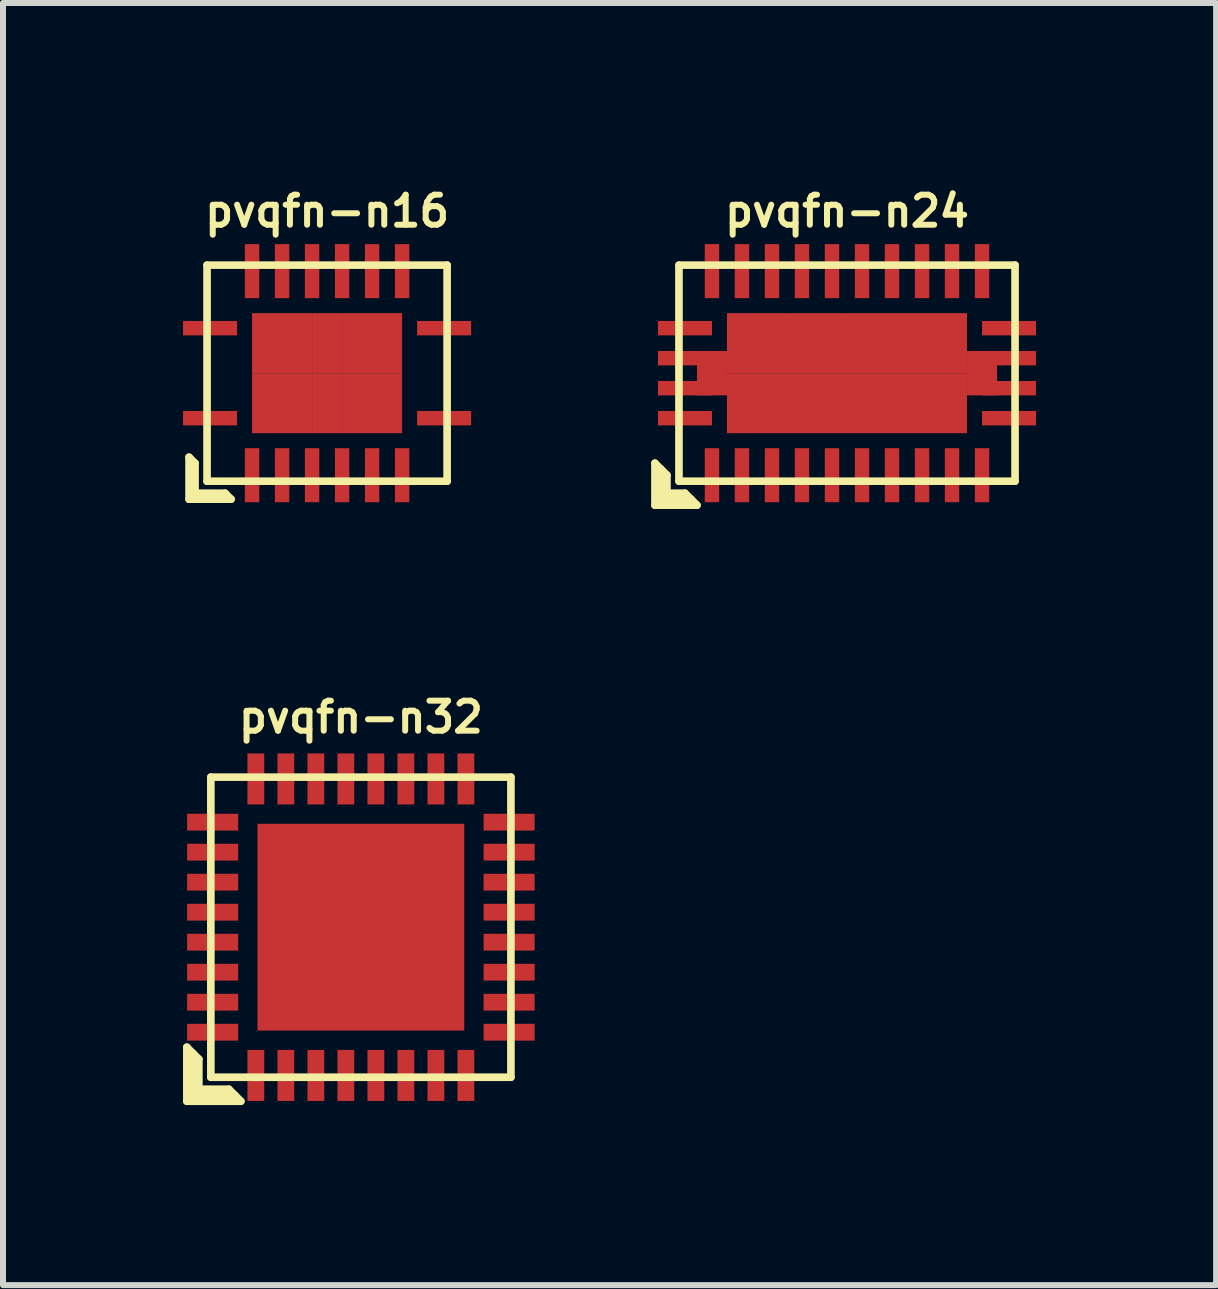
<source format=kicad_pcb>
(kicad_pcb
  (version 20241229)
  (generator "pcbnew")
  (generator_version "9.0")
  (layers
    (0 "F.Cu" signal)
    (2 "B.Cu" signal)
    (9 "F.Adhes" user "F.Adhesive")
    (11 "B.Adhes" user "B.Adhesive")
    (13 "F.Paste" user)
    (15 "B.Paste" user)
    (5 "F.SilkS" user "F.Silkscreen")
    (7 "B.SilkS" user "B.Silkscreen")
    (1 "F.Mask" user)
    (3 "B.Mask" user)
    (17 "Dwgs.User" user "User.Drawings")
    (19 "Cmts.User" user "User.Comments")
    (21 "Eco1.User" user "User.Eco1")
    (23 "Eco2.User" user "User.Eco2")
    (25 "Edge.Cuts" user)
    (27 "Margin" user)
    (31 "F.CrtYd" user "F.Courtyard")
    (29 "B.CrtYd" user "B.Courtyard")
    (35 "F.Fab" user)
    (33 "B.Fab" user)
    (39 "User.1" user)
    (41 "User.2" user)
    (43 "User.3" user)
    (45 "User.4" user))
  (footprint "pvqfn-n32"
    (layer "F.Cu")
    (at 2.963 12.399)
    (property "Reference" "pvqfn-n32" (at 0 -3.5 0) (layer "F.SilkS") (effects (font (size 0.5 0.5) (thickness 0.1))))
    (attr through_hole)
    (fp_line (start -2.9 2) (end -2.9 2.9) (stroke (width 0.127) (type solid)) (layer "F.SilkS"))
    (fp_line (start -2.9 2.9) (end -2 2.9) (stroke (width 0.127) (type solid)) (layer "F.SilkS"))
    (fp_line (start -2.8 2.8) (end -2.8 2.1) (stroke (width 0.127) (type solid)) (layer "F.SilkS"))
    (fp_line (start -2.7 2.2) (end -2.9 2) (stroke (width 0.127) (type solid)) (layer "F.SilkS"))
    (fp_line (start -2.7 2.7) (end -2.7 2.2) (stroke (width 0.127) (type solid)) (layer "F.SilkS"))
    (fp_line (start -2.5 -2.5) (end 2.5 -2.5) (stroke (width 0.127) (type solid)) (layer "F.SilkS"))
    (fp_line (start -2.5 2.5) (end -2.5 -2.5) (stroke (width 0.127) (type solid)) (layer "F.SilkS"))
    (fp_line (start -2.2 2.7) (end -2.7 2.7) (stroke (width 0.127) (type solid)) (layer "F.SilkS"))
    (fp_line (start -2.1 2.8) (end -2.8 2.8) (stroke (width 0.127) (type solid)) (layer "F.SilkS"))
    (fp_line (start -2 2.9) (end -2.2 2.7) (stroke (width 0.127) (type solid)) (layer "F.SilkS"))
    (fp_line (start 2.5 -2.5) (end 2.5 2.5) (stroke (width 0.127) (type solid)) (layer "F.SilkS"))
    (fp_line (start 2.5 2.5) (end -2.5 2.5) (stroke (width 0.127) (type solid)) (layer "F.SilkS"))
    (pad "1" smd rect (at -1.75 2.47) (size 0.28 0.85) (layers "F.Cu" "F.Mask" "F.Paste"))
    (pad "2" smd rect (at -1.25 2.47) (size 0.28 0.85) (layers "F.Cu" "F.Mask" "F.Paste"))
    (pad "3" smd rect (at -0.75 2.47) (size 0.28 0.85) (layers "F.Cu" "F.Mask" "F.Paste"))
    (pad "4" smd rect (at -0.25 2.47) (size 0.28 0.85) (layers "F.Cu" "F.Mask" "F.Paste"))
    (pad "5" smd rect (at 0.25 2.47) (size 0.28 0.85) (layers "F.Cu" "F.Mask" "F.Paste"))
    (pad "6" smd rect (at 0.75 2.47) (size 0.28 0.85) (layers "F.Cu" "F.Mask" "F.Paste"))
    (pad "7" smd rect (at 1.25 2.47) (size 0.28 0.85) (layers "F.Cu" "F.Mask" "F.Paste"))
    (pad "8" smd rect (at 1.75 2.47) (size 0.28 0.85) (layers "F.Cu" "F.Mask" "F.Paste"))
    (pad "9" smd rect (at 2.47 1.75) (size 0.85 0.28) (layers "F.Cu" "F.Mask" "F.Paste"))
    (pad "10" smd rect (at 2.47 1.25) (size 0.85 0.28) (layers "F.Cu" "F.Mask" "F.Paste"))
    (pad "11" smd rect (at 2.47 0.75) (size 0.85 0.28) (layers "F.Cu" "F.Mask" "F.Paste"))
    (pad "12" smd rect (at 2.47 0.25) (size 0.85 0.28) (layers "F.Cu" "F.Mask" "F.Paste"))
    (pad "13" smd rect (at 2.47 -0.25) (size 0.85 0.28) (layers "F.Cu" "F.Mask" "F.Paste"))
    (pad "14" smd rect (at 2.47 -0.75) (size 0.85 0.28) (layers "F.Cu" "F.Mask" "F.Paste"))
    (pad "15" smd rect (at 2.47 -1.25) (size 0.85 0.28) (layers "F.Cu" "F.Mask" "F.Paste"))
    (pad "16" smd rect (at 2.47 -1.75) (size 0.85 0.28) (layers "F.Cu" "F.Mask" "F.Paste"))
    (pad "17" smd rect (at 1.75 -2.47) (size 0.28 0.85) (layers "F.Cu" "F.Mask" "F.Paste"))
    (pad "18" smd rect (at 1.25 -2.47) (size 0.28 0.85) (layers "F.Cu" "F.Mask" "F.Paste"))
    (pad "19" smd rect (at 0.75 -2.47) (size 0.28 0.85) (layers "F.Cu" "F.Mask" "F.Paste"))
    (pad "20" smd rect (at 0.25 -2.47) (size 0.28 0.85) (layers "F.Cu" "F.Mask" "F.Paste"))
    (pad "21" smd rect (at -0.25 -2.47) (size 0.28 0.85) (layers "F.Cu" "F.Mask" "F.Paste"))
    (pad "22" smd rect (at -0.75 -2.47) (size 0.28 0.85) (layers "F.Cu" "F.Mask" "F.Paste"))
    (pad "23" smd rect (at -1.25 -2.47) (size 0.28 0.85) (layers "F.Cu" "F.Mask" "F.Paste"))
    (pad "24" smd rect (at -1.75 -2.47) (size 0.28 0.85) (layers "F.Cu" "F.Mask" "F.Paste"))
    (pad "25" smd rect (at -2.47 -1.75) (size 0.85 0.28) (layers "F.Cu" "F.Mask" "F.Paste"))
    (pad "26" smd rect (at -2.47 -1.25) (size 0.85 0.28) (layers "F.Cu" "F.Mask" "F.Paste"))
    (pad "27" smd rect (at -2.47 -0.75) (size 0.85 0.28) (layers "F.Cu" "F.Mask" "F.Paste"))
    (pad "28" smd rect (at -2.47 -0.25) (size 0.85 0.28) (layers "F.Cu" "F.Mask" "F.Paste"))
    (pad "29" smd rect (at -2.47 0.25) (size 0.85 0.28) (layers "F.Cu" "F.Mask" "F.Paste"))
    (pad "30" smd rect (at -2.47 0.75) (size 0.85 0.28) (layers "F.Cu" "F.Mask" "F.Paste"))
    (pad "31" smd rect (at -2.47 1.25) (size 0.85 0.28) (layers "F.Cu" "F.Mask" "F.Paste"))
    (pad "32" smd rect (at -2.47 1.75) (size 0.85 0.28) (layers "F.Cu" "F.Mask" "F.Paste"))
    (pad "33" smd rect (at -0.86 -0.86) (size 1.725 1.725) (layers "F.Cu" "F.Mask" "F.Paste"))
    (pad "33" smd rect (at -0.86 0.86) (size 1.725 1.725) (layers "F.Cu" "F.Mask" "F.Paste"))
    (pad "33" smd rect (at 0.86 -0.86) (size 1.725 1.725) (layers "F.Cu" "F.Mask" "F.Paste"))
    (pad "33" smd rect (at 0.86 0.86) (size 1.725 1.725) (layers "F.Cu" "F.Mask" "F.Paste")))
  (footprint "pvqfn-n16"
    (layer "F.Cu")
    (at 2.4 3.168)
    (property "Reference" "pvqfn-n16" (at 0 -2.7 0) (layer "F.SilkS") (effects (font (size 0.5 0.5) (thickness 0.1))))
    (attr through_hole)
    (fp_line (start -2.3 1.4) (end -2.3 2.1) (stroke (width 0.127) (type solid)) (layer "F.SilkS"))
    (fp_line (start -2.3 2.1) (end -1.6 2.1) (stroke (width 0.127) (type solid)) (layer "F.SilkS"))
    (fp_line (start -2.2 1.5) (end -2.3 1.4) (stroke (width 0.127) (type solid)) (layer "F.SilkS"))
    (fp_line (start -2.2 2) (end -2.2 1.5) (stroke (width 0.127) (type solid)) (layer "F.SilkS"))
    (fp_line (start -2 -1.8) (end 2 -1.8) (stroke (width 0.127) (type solid)) (layer "F.SilkS"))
    (fp_line (start -2 1.8) (end -2 -1.8) (stroke (width 0.127) (type solid)) (layer "F.SilkS"))
    (fp_line (start -1.7 2) (end -2.2 2) (stroke (width 0.127) (type solid)) (layer "F.SilkS"))
    (fp_line (start -1.6 2.1) (end -1.7 2) (stroke (width 0.127) (type solid)) (layer "F.SilkS"))
    (fp_line (start 2 -1.8) (end 2 1.8) (stroke (width 0.127) (type solid)) (layer "F.SilkS"))
    (fp_line (start 2 1.8) (end -2 1.8) (stroke (width 0.127) (type solid)) (layer "F.SilkS"))
    (pad "1" smd rect (at -1.95 0.75) (size 0.9 0.24) (layers "F.Cu" "F.Mask" "F.Paste"))
    (pad "2" smd rect (at -1.25 1.7) (size 0.24 0.9) (layers "F.Cu" "F.Mask" "F.Paste"))
    (pad "3" smd rect (at -0.75 1.7) (size 0.24 0.9) (layers "F.Cu" "F.Mask" "F.Paste"))
    (pad "4" smd rect (at -0.25 1.7) (size 0.24 0.9) (layers "F.Cu" "F.Mask" "F.Paste"))
    (pad "5" smd rect (at 0.25 1.7) (size 0.24 0.9) (layers "F.Cu" "F.Mask" "F.Paste"))
    (pad "6" smd rect (at 0.75 1.7) (size 0.24 0.9) (layers "F.Cu" "F.Mask" "F.Paste"))
    (pad "7" smd rect (at 1.25 1.7) (size 0.24 0.9) (layers "F.Cu" "F.Mask" "F.Paste"))
    (pad "8" smd rect (at 1.95 0.75) (size 0.9 0.24) (layers "F.Cu" "F.Mask" "F.Paste"))
    (pad "9" smd rect (at 1.95 -0.75) (size 0.9 0.24) (layers "F.Cu" "F.Mask" "F.Paste"))
    (pad "10" smd rect (at 1.25 -1.7) (size 0.24 0.9) (layers "F.Cu" "F.Mask" "F.Paste"))
    (pad "11" smd rect (at 0.75 -1.7) (size 0.24 0.9) (layers "F.Cu" "F.Mask" "F.Paste"))
    (pad "12" smd rect (at 0.25 -1.7) (size 0.24 0.9) (layers "F.Cu" "F.Mask" "F.Paste"))
    (pad "13" smd rect (at -0.25 -1.7) (size 0.24 0.9) (layers "F.Cu" "F.Mask" "F.Paste"))
    (pad "14" smd rect (at -0.75 -1.7) (size 0.24 0.9) (layers "F.Cu" "F.Mask" "F.Paste"))
    (pad "15" smd rect (at -1.25 -1.7) (size 0.24 0.9) (layers "F.Cu" "F.Mask" "F.Paste"))
    (pad "16" smd rect (at -1.95 -0.75) (size 0.9 0.24) (layers "F.Cu" "F.Mask" "F.Paste"))
    (pad "17" smd rect (at -0.75 -0.5) (size 1 1) (layers "F.Cu" "F.Mask" "F.Paste"))
    (pad "17" smd rect (at -0.75 0.5) (size 1 1) (layers "F.Cu" "F.Mask" "F.Paste"))
    (pad "17" smd rect (at 0 -0.5) (size 0.5 1) (layers "F.Cu" "F.Mask" "F.Paste"))
    (pad "17" smd rect (at 0 0.5) (size 0.5 1) (layers "F.Cu" "F.Mask" "F.Paste"))
    (pad "17" smd rect (at 0.75 -0.5) (size 1 1) (layers "F.Cu" "F.Mask" "F.Paste"))
    (pad "17" smd rect (at 0.75 0.5) (size 1 1) (layers "F.Cu" "F.Mask" "F.Paste")))
  (footprint "pvqfn-n24"
    (layer "F.Cu")
    (at 11.063 3.168)
    (property "Reference" "pvqfn-n24" (at 0 -2.7 0) (layer "F.SilkS") (effects (font (size 0.5 0.5) (thickness 0.1))))
    (attr through_hole)
    (fp_line (start -3.2 1.5) (end -3.2 2.2) (stroke (width 0.127) (type solid)) (layer "F.SilkS"))
    (fp_line (start -3.2 2.2) (end -2.5 2.2) (stroke (width 0.127) (type solid)) (layer "F.SilkS"))
    (fp_line (start -3.1 2.1) (end -3.1 1.6) (stroke (width 0.127) (type solid)) (layer "F.SilkS"))
    (fp_line (start -3 1.7) (end -3.2 1.5) (stroke (width 0.127) (type solid)) (layer "F.SilkS"))
    (fp_line (start -3 2) (end -3 1.7) (stroke (width 0.127) (type solid)) (layer "F.SilkS"))
    (fp_line (start -2.8 -1.8) (end 2.8 -1.8) (stroke (width 0.127) (type solid)) (layer "F.SilkS"))
    (fp_line (start -2.8 1.8) (end -2.8 -1.8) (stroke (width 0.127) (type solid)) (layer "F.SilkS"))
    (fp_line (start -2.7 2) (end -3 2) (stroke (width 0.127) (type solid)) (layer "F.SilkS"))
    (fp_line (start -2.6 2.1) (end -3.1 2.1) (stroke (width 0.127) (type solid)) (layer "F.SilkS"))
    (fp_line (start -2.5 2.2) (end -2.7 2) (stroke (width 0.127) (type solid)) (layer "F.SilkS"))
    (fp_line (start 2.8 -1.8) (end 2.8 1.8) (stroke (width 0.127) (type solid)) (layer "F.SilkS"))
    (fp_line (start 2.8 1.8) (end -2.8 1.8) (stroke (width 0.127) (type solid)) (layer "F.SilkS"))
    (pad "1" smd rect (at -2.7 0.75) (size 0.9 0.24) (layers "F.Cu" "F.Mask" "F.Paste"))
    (pad "2" smd rect (at -2.25 1.7) (size 0.24 0.9) (layers "F.Cu" "F.Mask" "F.Paste"))
    (pad "3" smd rect (at -1.75 1.7) (size 0.24 0.9) (layers "F.Cu" "F.Mask" "F.Paste"))
    (pad "4" smd rect (at -1.25 1.7) (size 0.24 0.9) (layers "F.Cu" "F.Mask" "F.Paste"))
    (pad "5" smd rect (at -0.75 1.7) (size 0.24 0.9) (layers "F.Cu" "F.Mask" "F.Paste"))
    (pad "6" smd rect (at -0.25 1.7) (size 0.24 0.9) (layers "F.Cu" "F.Mask" "F.Paste"))
    (pad "7" smd rect (at 0.25 1.7) (size 0.24 0.9) (layers "F.Cu" "F.Mask" "F.Paste"))
    (pad "8" smd rect (at 0.75 1.7) (size 0.24 0.9) (layers "F.Cu" "F.Mask" "F.Paste"))
    (pad "9" smd rect (at 1.25 1.7) (size 0.24 0.9) (layers "F.Cu" "F.Mask" "F.Paste"))
    (pad "10" smd rect (at 1.75 1.7) (size 0.24 0.9) (layers "F.Cu" "F.Mask" "F.Paste"))
    (pad "11" smd rect (at 2.25 1.7) (size 0.24 0.9) (layers "F.Cu" "F.Mask" "F.Paste"))
    (pad "12" smd rect (at 2.7 0.75) (size 0.9 0.24) (layers "F.Cu" "F.Mask" "F.Paste"))
    (pad "13" smd rect (at 2.7 -0.75) (size 0.9 0.24) (layers "F.Cu" "F.Mask" "F.Paste"))
    (pad "14" smd rect (at 2.25 -1.7) (size 0.24 0.9) (layers "F.Cu" "F.Mask" "F.Paste"))
    (pad "15" smd rect (at 1.75 -1.7) (size 0.24 0.9) (layers "F.Cu" "F.Mask" "F.Paste"))
    (pad "16" smd rect (at 1.25 -1.7) (size 0.24 0.9) (layers "F.Cu" "F.Mask" "F.Paste"))
    (pad "17" smd rect (at 0.75 -1.7) (size 0.24 0.9) (layers "F.Cu" "F.Mask" "F.Paste"))
    (pad "18" smd rect (at 0.25 -1.7) (size 0.24 0.9) (layers "F.Cu" "F.Mask" "F.Paste"))
    (pad "19" smd rect (at -0.25 -1.7) (size 0.24 0.9) (layers "F.Cu" "F.Mask" "F.Paste"))
    (pad "20" smd rect (at -0.75 -1.7) (size 0.24 0.9) (layers "F.Cu" "F.Mask" "F.Paste"))
    (pad "21" smd rect (at -1.25 -1.7) (size 0.24 0.9) (layers "F.Cu" "F.Mask" "F.Paste"))
    (pad "22" smd rect (at -1.75 -1.7) (size 0.24 0.9) (layers "F.Cu" "F.Mask" "F.Paste"))
    (pad "23" smd rect (at -2.25 -1.7) (size 0.24 0.9) (layers "F.Cu" "F.Mask" "F.Paste"))
    (pad "24" smd rect (at -2.7 -0.75) (size 0.9 0.24) (layers "F.Cu" "F.Mask" "F.Paste"))
    (pad "25" smd rect (at -2.7 -0.25) (size 0.9 0.24) (layers "F.Cu" "F.Mask" "F.Paste"))
    (pad "25" smd rect (at -2.7 0.25) (size 0.9 0.24) (layers "F.Cu" "F.Mask" "F.Paste"))
    (pad "25" smd rect (at -2.25 0) (size 0.5 0.739) (layers "F.Cu" "F.Mask" "F.Paste"))
    (pad "25" smd rect (at -1.5 -0.5) (size 1 1) (layers "F.Cu" "F.Mask" "F.Paste"))
    (pad "25" smd rect (at -1.5 0.5) (size 1 1) (layers "F.Cu" "F.Mask" "F.Paste"))
    (pad "25" smd rect (at -0.5 -0.5) (size 1 1) (layers "F.Cu" "F.Mask" "F.Paste"))
    (pad "25" smd rect (at -0.5 0.5) (size 1 1) (layers "F.Cu" "F.Mask" "F.Paste"))
    (pad "25" smd rect (at 0.5 -0.5) (size 1 1) (layers "F.Cu" "F.Mask" "F.Paste"))
    (pad "25" smd rect (at 0.5 0.5) (size 1 1) (layers "F.Cu" "F.Mask" "F.Paste"))
    (pad "25" smd rect (at 1.5 -0.5) (size 1 1) (layers "F.Cu" "F.Mask" "F.Paste"))
    (pad "25" smd rect (at 1.5 0.5) (size 1 1) (layers "F.Cu" "F.Mask" "F.Paste"))
    (pad "25" smd rect (at 2.25 0) (size 0.5 0.739) (layers "F.Cu" "F.Mask" "F.Paste"))
    (pad "25" smd rect (at 2.7 -0.25) (size 0.9 0.24) (layers "F.Cu" "F.Mask" "F.Paste"))
    (pad "25" smd rect (at 2.7 0.25) (size 0.9 0.24) (layers "F.Cu" "F.Mask" "F.Paste")))
  (gr_rect
    (start -3 -3)
    (end 17.213 18.363)
    (stroke (width 0.1) (type default))
    (fill no)
    (layer "Edge.Cuts")))
</source>
